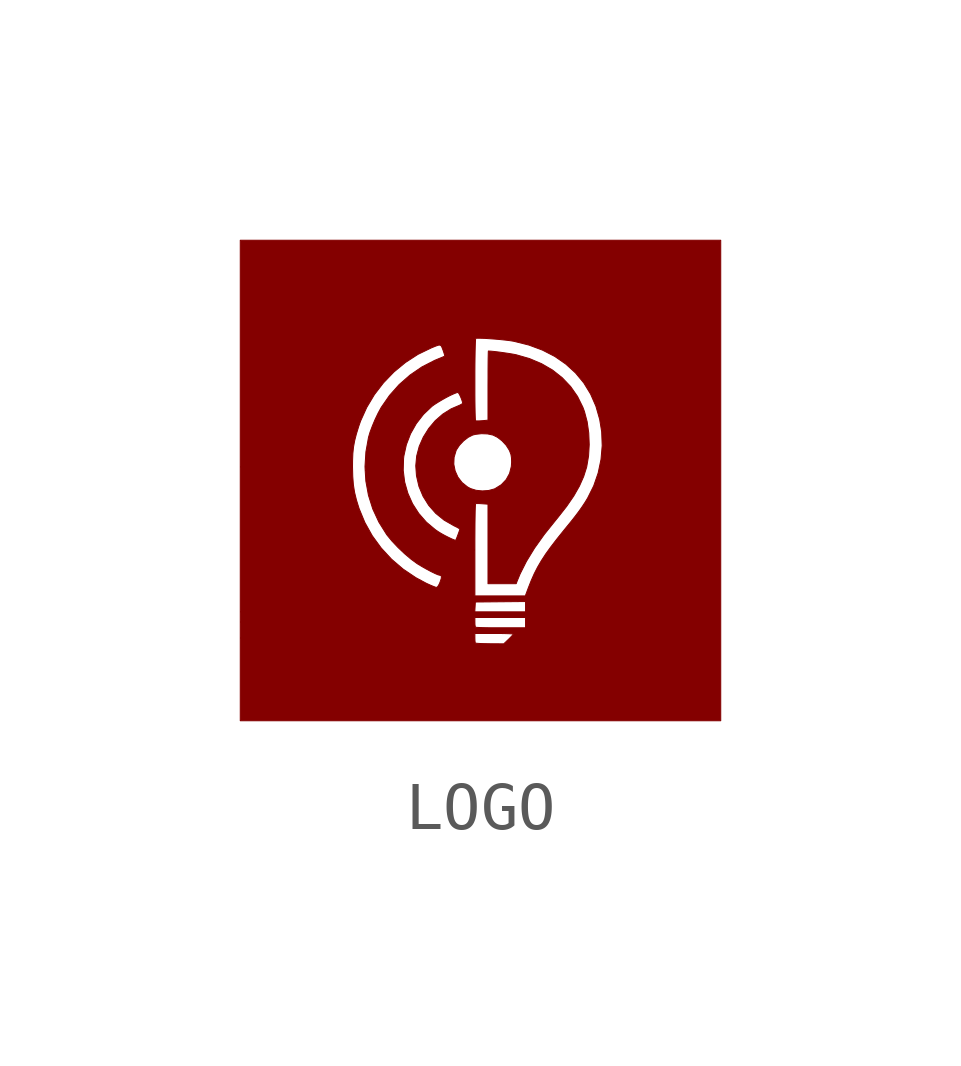
<source format=kicad_sym>
(kicad_symbol_lib
  (version 20220914)
  (generator "bitmap2component")
  (generator_version "9.0")
  (symbol "LOGO"
    (pin_names
      (offset 1.016))
    (property "Reference" "#G"
      (at 0 4.367 0)
      (effects (font (size 1.27 1.27)) hide))
    (symbol "LOGO_0_0"
      (polyline (pts (xy 5.002 0) (xy 5.002 5.002) (xy 0 5.002) (xy -5.002 5.002) (xy -5.002 0.283) (xy -2.665 0.283) (xy -2.664 0.41) (xy -2.658 0.563) (xy -2.644 0.699) (xy -2.62 0.829) (xy -2.585 0.966) (xy -2.537 1.123) (xy -2.497 1.238) (xy -2.369 1.521) (xy -2.209 1.788) (xy -2.019 2.035) (xy -1.802 2.26) (xy -1.563 2.457) (xy -1.303 2.626) (xy -1.026 2.76) (xy -1.022 2.762) (xy -0.936 2.797) (xy -0.88 2.817) (xy -0.844 2.82) (xy -0.82 2.805) (xy -0.802 2.771) (xy -0.781 2.716) (xy -0.761 2.657) (xy -0.747 2.611) (xy -0.745 2.59) (xy -0.745 2.59) (xy -0.768 2.579) (xy -0.817 2.558) (xy -0.881 2.532) (xy -0.953 2.502) (xy -1.22 2.365) (xy -1.468 2.195) (xy -1.695 1.996) (xy -1.895 1.771) (xy -2.066 1.524) (xy -2.07 1.517) (xy -2.132 1.403) (xy -2.195 1.271) (xy -2.252 1.135) (xy -2.3 1.007) (xy -2.332 0.899) (xy -2.386 0.597) (xy -2.405 0.29) (xy -2.401 0.21) (xy -1.609 0.21) (xy -1.602 0.456) (xy -1.596 0.508) (xy -1.544 0.745) (xy -1.457 0.972) (xy -1.337 1.184) (xy -1.187 1.377) (xy -1.011 1.544) (xy -0.963 1.579) (xy -0.888 1.627) (xy -0.803 1.678) (xy -0.714 1.728) (xy -0.629 1.772) (xy -0.554 1.806) (xy -0.498 1.828) (xy -0.467 1.833) (xy -0.465 1.832) (xy -0.446 1.806) (xy -0.422 1.759) (xy -0.397 1.701) (xy -0.379 1.647) (xy -0.371 1.61) (xy -0.386 1.594) (xy -0.429 1.57) (xy -0.49 1.544) (xy -0.613 1.491) (xy -0.786 1.382) (xy -0.943 1.245) (xy -1.079 1.083) (xy -1.191 0.904) (xy -1.276 0.711) (xy -1.329 0.51) (xy -1.345 0.339) (xy -0.556 0.339) (xy -0.55 0.481) (xy -0.509 0.621) (xy -0.5 0.64) (xy -0.438 0.734) (xy -0.353 0.824) (xy -0.258 0.898) (xy -0.163 0.946) (xy -0.104 0.961) (xy 0.02 0.975) (xy 0.147 0.97) (xy 0.26 0.946) (xy 0.352 0.9) (xy 0.448 0.826) (xy 0.534 0.734) (xy 0.597 0.635) (xy 0.61 0.606) (xy 0.634 0.541) (xy 0.645 0.472) (xy 0.648 0.382) (xy 0.642 0.293) (xy 0.605 0.146) (xy 0.534 0.018) (xy 0.433 -0.088) (xy 0.303 -0.169) (xy 0.287 -0.176) (xy 0.169 -0.208) (xy 0.038 -0.217) (xy -0.093 -0.204) (xy -0.207 -0.168) (xy -0.27 -0.134) (xy -0.383 -0.043) (xy -0.47 0.07) (xy -0.528 0.2) (xy -0.556 0.339) (xy -1.345 0.339) (xy -1.348 0.306) (xy -1.333 0.098) (xy -1.282 -0.123) (xy -1.196 -0.329) (xy -1.079 -0.517) (xy -0.932 -0.684) (xy -0.757 -0.826) (xy -0.556 -0.941) (xy -0.55 -0.944) (xy -0.489 -0.974) (xy -0.446 -0.999) (xy -0.43 -1.013) (xy -0.434 -1.029) (xy -0.449 -1.073) (xy -0.471 -1.133) (xy -0.489 -1.181) (xy -0.507 -1.225) (xy -0.515 -1.244) (xy -0.518 -1.245) (xy -0.548 -1.237) (xy -0.601 -1.215) (xy -0.668 -1.183) (xy -0.743 -1.145) (xy -0.815 -1.105) (xy -0.876 -1.068) (xy -0.939 -1.025) (xy -1.126 -0.868) (xy -1.285 -0.686) (xy -1.415 -0.484) (xy -1.513 -0.264) (xy -1.579 -0.032) (xy -1.609 0.21) (xy -2.401 0.21) (xy -2.387 -0.013) (xy -2.333 -0.308) (xy -2.243 -0.593) (xy -2.117 -0.865) (xy -1.957 -1.121) (xy -1.944 -1.139) (xy -1.841 -1.264) (xy -1.717 -1.395) (xy -1.662 -1.447) (xy -0.117 -1.447) (xy -0.117 -1.424) (xy -0.117 -1.235) (xy -0.116 -1.06) (xy -0.115 -0.901) (xy -0.113 -0.761) (xy -0.111 -0.646) (xy -0.108 -0.559) (xy -0.105 -0.503) (xy -0.103 -0.482) (xy -0.082 -0.48) (xy -0.032 -0.48) (xy 0.034 -0.484) (xy 0.156 -0.493) (xy 0.156 -1.321) (xy 0.156 -2.149) (xy 0.45 -2.149) (xy 0.743 -2.149) (xy 0.763 -2.095) (xy 0.825 -1.945) (xy 0.957 -1.683) (xy 1.125 -1.408) (xy 1.329 -1.122) (xy 1.568 -0.824) (xy 1.609 -0.774) (xy 1.792 -0.541) (xy 1.942 -0.323) (xy 2.06 -0.116) (xy 2.148 0.082) (xy 2.209 0.274) (xy 2.212 0.287) (xy 2.25 0.511) (xy 2.264 0.749) (xy 2.254 0.99) (xy 2.221 1.223) (xy 2.165 1.435) (xy 2.132 1.525) (xy 2.02 1.751) (xy 1.876 1.957) (xy 1.703 2.139) (xy 1.501 2.299) (xy 1.272 2.432) (xy 1.019 2.539) (xy 0.743 2.618) (xy 0.693 2.628) (xy 0.605 2.643) (xy 0.503 2.658) (xy 0.398 2.673) (xy 0.299 2.685) (xy 0.217 2.693) (xy 0.164 2.696) (xy 0.164 2.696) (xy 0.162 2.675) (xy 0.161 2.62) (xy 0.159 2.534) (xy 0.158 2.423) (xy 0.157 2.29) (xy 0.157 2.139) (xy 0.156 1.976) (xy 0.156 1.256) (xy 0.035 1.245) (xy -0.023 1.241) (xy -0.076 1.24) (xy -0.102 1.243) (xy -0.102 1.243) (xy -0.106 1.266) (xy -0.109 1.323) (xy -0.112 1.409) (xy -0.114 1.519) (xy -0.116 1.648) (xy -0.117 1.792) (xy -0.117 1.946) (xy -0.117 2.104) (xy -0.117 2.263) (xy -0.116 2.416) (xy -0.114 2.56) (xy -0.112 2.688) (xy -0.109 2.798) (xy -0.106 2.883) (xy -0.103 2.938) (xy -0.099 2.959) (xy -0.096 2.961) (xy -0.061 2.963) (xy 0.004 2.962) (xy 0.092 2.959) (xy 0.195 2.952) (xy 0.305 2.944) (xy 0.416 2.934) (xy 0.521 2.923) (xy 0.612 2.912) (xy 0.681 2.901) (xy 0.701 2.897) (xy 1.008 2.82) (xy 1.29 2.715) (xy 1.547 2.583) (xy 1.776 2.424) (xy 1.978 2.24) (xy 2.15 2.032) (xy 2.292 1.8) (xy 2.403 1.546) (xy 2.482 1.27) (xy 2.523 1.015) (xy 2.534 0.726) (xy 2.509 0.438) (xy 2.45 0.157) (xy 2.357 -0.112) (xy 2.231 -0.365) (xy 2.175 -0.457) (xy 2.117 -0.545) (xy 2.053 -0.636) (xy 1.978 -0.736) (xy 1.887 -0.852) (xy 1.774 -0.99) (xy 1.748 -1.022) (xy 1.596 -1.211) (xy 1.468 -1.377) (xy 1.359 -1.528) (xy 1.268 -1.668) (xy 1.189 -1.803) (xy 1.12 -1.938) (xy 1.057 -2.08) (xy 0.997 -2.232) (xy 0.933 -2.403) (xy 0.408 -2.403) (xy -0.117 -2.403) (xy -0.117 -1.447) (xy -1.662 -1.447) (xy -1.581 -1.524) (xy -1.445 -1.639) (xy -1.318 -1.732) (xy -1.292 -1.748) (xy -1.205 -1.8) (xy -1.113 -1.852) (xy -1.024 -1.899) (xy -0.944 -1.938) (xy -0.883 -1.964) (xy -0.847 -1.973) (xy -0.828 -1.977) (xy -0.813 -1.998) (xy -0.818 -2.044) (xy -0.843 -2.118) (xy -0.858 -2.154) (xy -0.889 -2.208) (xy -0.916 -2.227) (xy -0.933 -2.223) (xy -0.981 -2.205) (xy -1.05 -2.176) (xy -1.129 -2.14) (xy -1.345 -2.024) (xy -1.611 -1.845) (xy -1.853 -1.638) (xy -2.068 -1.405) (xy -2.254 -1.15) (xy -2.408 -0.874) (xy -2.529 -0.581) (xy -2.53 -0.577) (xy -2.583 -0.406) (xy -2.622 -0.247) (xy -2.647 -0.088) (xy -2.66 0.085) (xy -2.665 0.283) (xy -5.002 0.283) (xy -5.002 0) (xy -5.002 -2.735) (xy -0.119 -2.735) (xy -0.113 -2.633) (xy -0.107 -2.53) (xy 0.415 -2.525) (xy 0.938 -2.52) (xy 0.938 -2.628) (xy 0.938 -2.735) (xy 0.409 -2.735) (xy -0.119 -2.735) (xy -5.002 -2.735) (xy -5.002 -2.947) (xy -0.117 -2.947) (xy -0.117 -2.853) (xy 0.41 -2.853) (xy 0.938 -2.853) (xy 0.938 -2.96) (xy 0.938 -3.067) (xy 0.423 -3.067) (xy 0.292 -3.067) (xy 0.167 -3.066) (xy 0.059 -3.064) (xy -0.026 -3.061) (xy -0.082 -3.058) (xy -0.104 -3.054) (xy -0.108 -3.045) (xy -0.115 -3.005) (xy -0.117 -2.947) (xy -5.002 -2.947) (xy -5.002 -3.279) (xy -0.117 -3.279) (xy -0.117 -3.185) (xy 0.283 -3.185) (xy 0.316 -3.185) (xy 0.433 -3.186) (xy 0.534 -3.188) (xy 0.613 -3.191) (xy 0.665 -3.194) (xy 0.684 -3.198) (xy 0.684 -3.199) (xy 0.669 -3.219) (xy 0.633 -3.257) (xy 0.584 -3.306) (xy 0.484 -3.401) (xy 0.195 -3.399) (xy 0.147 -3.398) (xy 0.05 -3.396) (xy -0.029 -3.393) (xy -0.083 -3.389) (xy -0.106 -3.385) (xy -0.11 -3.376) (xy -0.115 -3.337) (xy -0.117 -3.279) (xy -5.002 -3.279) (xy -5.002 -5.002) (xy 0 -5.002) (xy 5.002 -5.002) (xy 5.002 0)) (stroke (width 0.01) (type default)) (fill (type outline))))))
</source>
